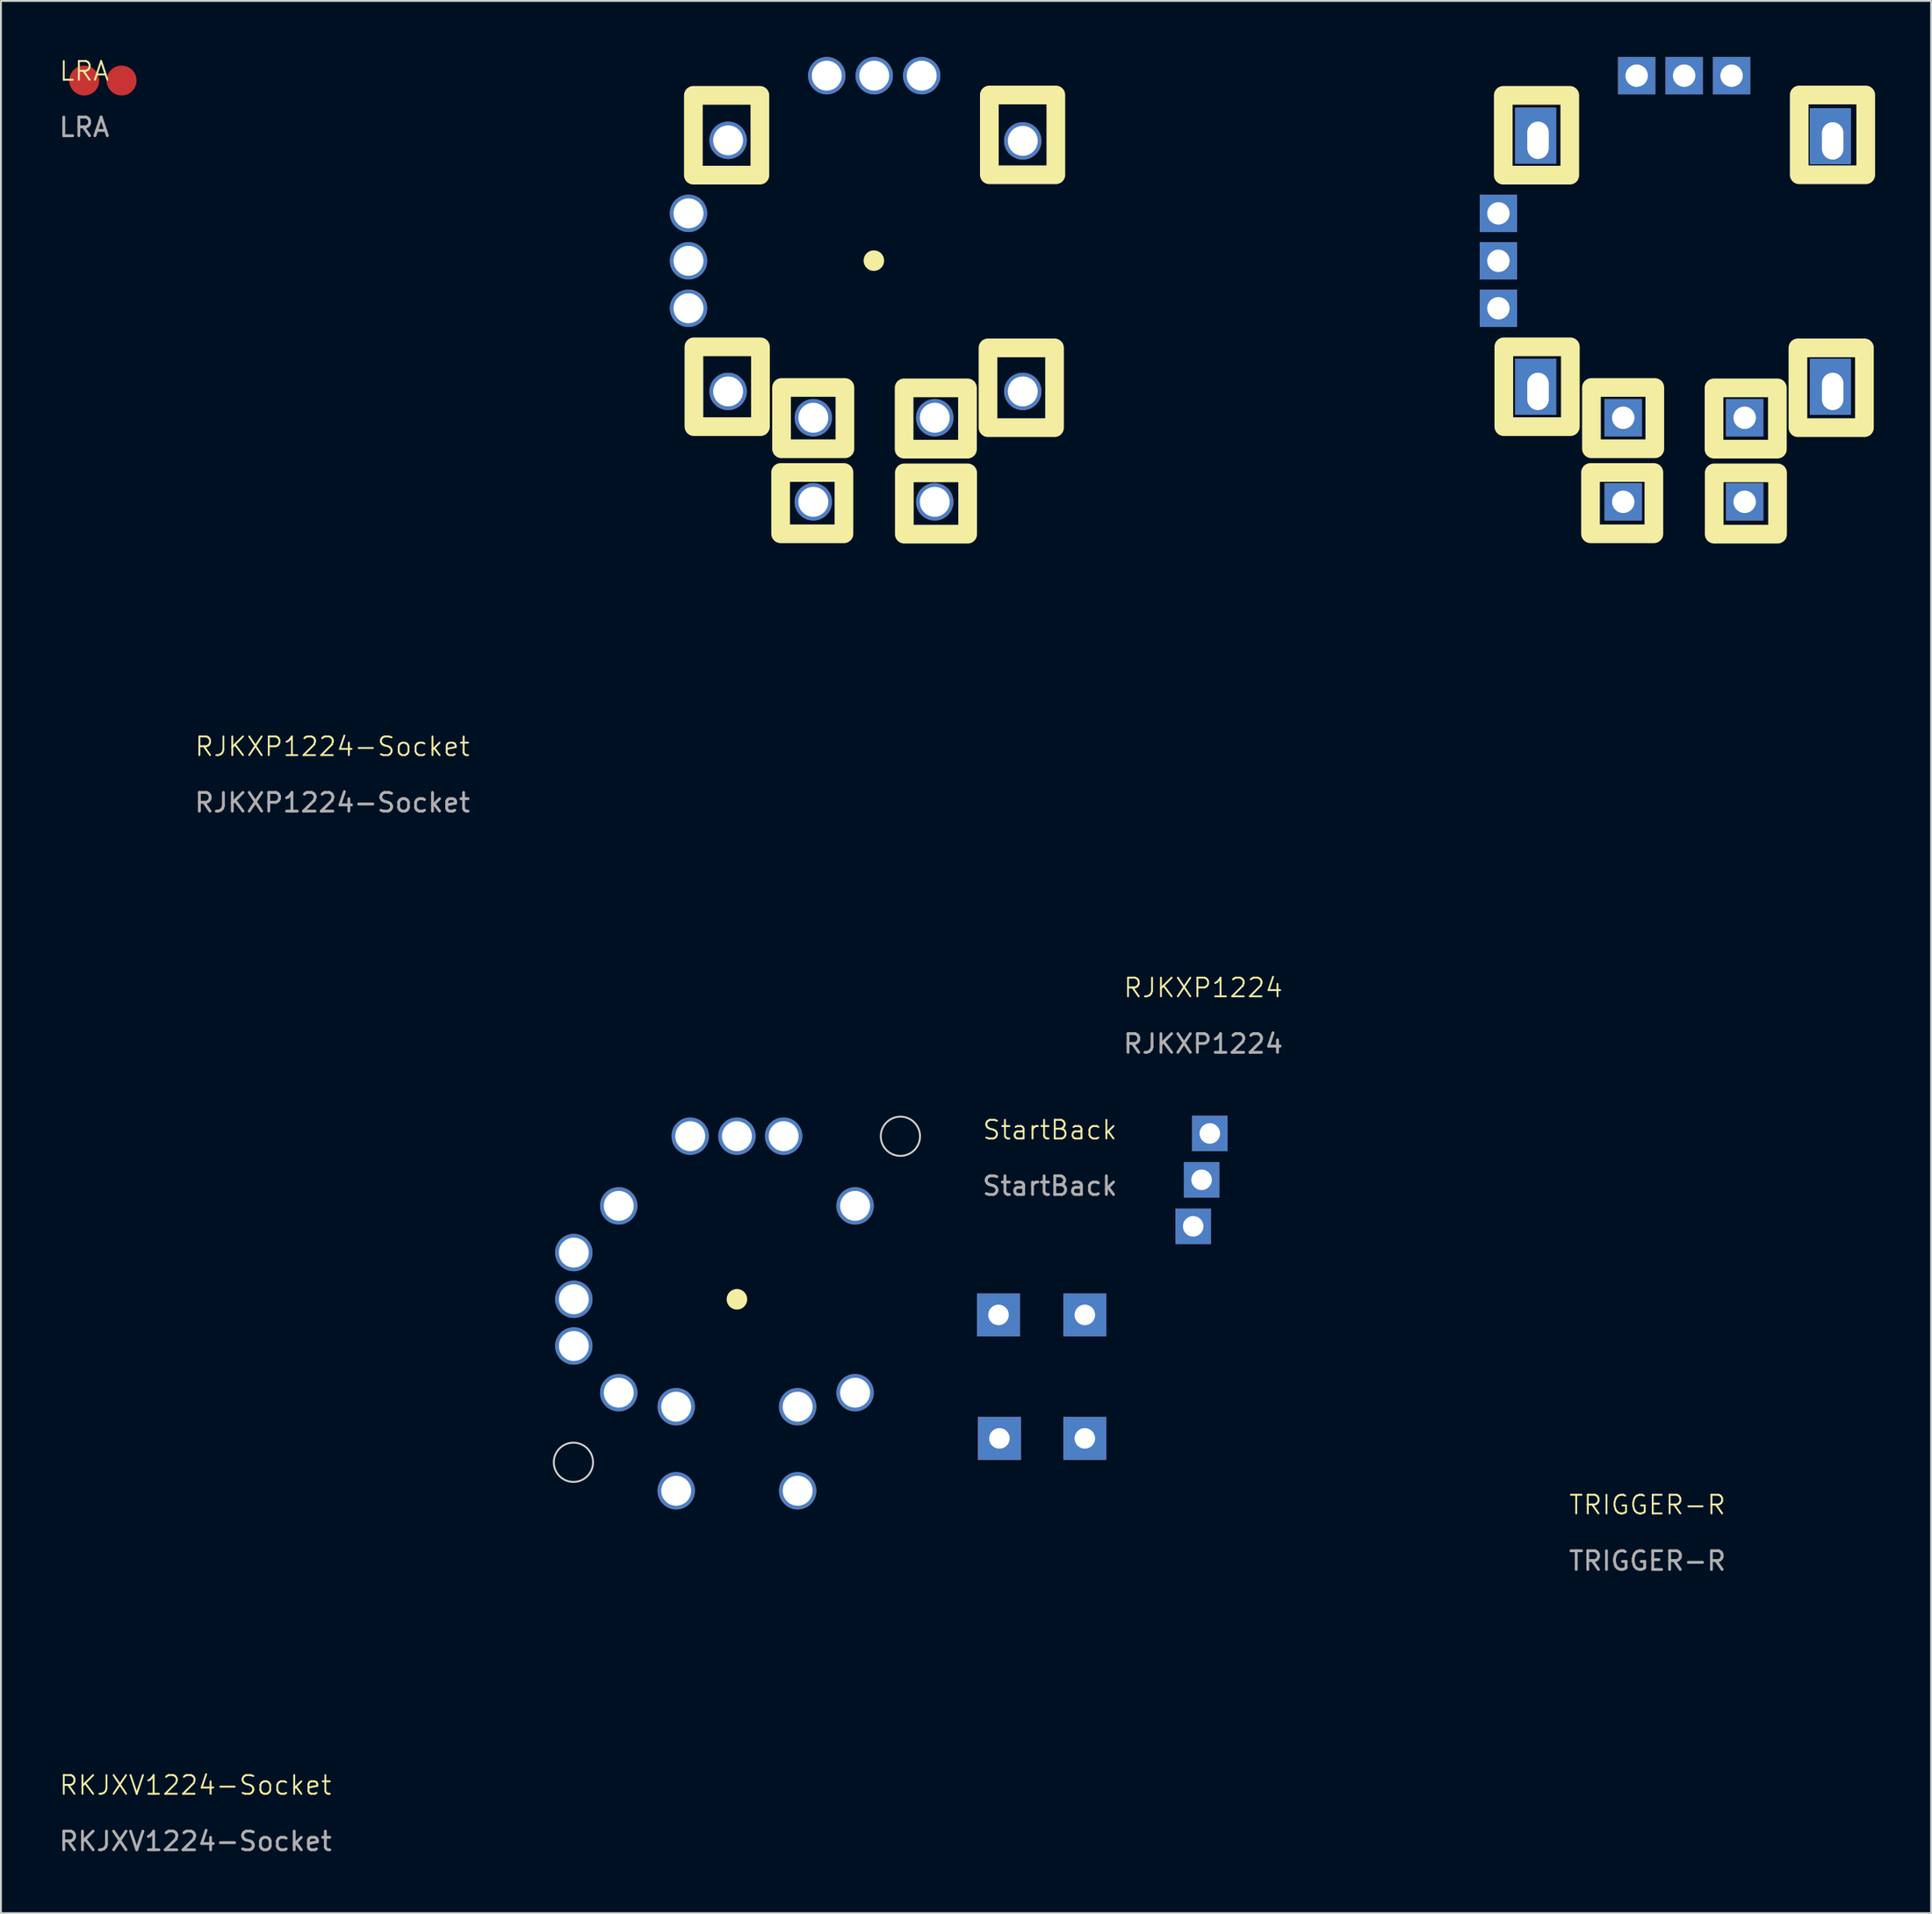
<source format=kicad_pcb>
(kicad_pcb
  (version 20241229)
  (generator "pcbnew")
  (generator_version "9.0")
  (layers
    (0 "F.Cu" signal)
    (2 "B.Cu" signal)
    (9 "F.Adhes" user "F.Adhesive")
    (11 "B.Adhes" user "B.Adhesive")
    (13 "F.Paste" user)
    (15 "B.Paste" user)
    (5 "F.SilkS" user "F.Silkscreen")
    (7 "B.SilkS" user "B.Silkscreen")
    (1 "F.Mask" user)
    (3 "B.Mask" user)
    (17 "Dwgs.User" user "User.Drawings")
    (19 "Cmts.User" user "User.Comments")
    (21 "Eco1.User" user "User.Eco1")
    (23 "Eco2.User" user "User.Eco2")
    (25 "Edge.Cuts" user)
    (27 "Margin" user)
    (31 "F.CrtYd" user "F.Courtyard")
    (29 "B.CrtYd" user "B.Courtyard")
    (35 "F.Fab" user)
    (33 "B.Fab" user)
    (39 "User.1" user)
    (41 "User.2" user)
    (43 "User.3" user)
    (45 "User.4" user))
  (footprint "StartBack"
    (layer "F.Cu")
    (at 50.391 67.329)
    (property "Reference" "StartBack" (at 2.75 -9.9 0) (unlocked yes) (layer "F.SilkS") (effects (font (size 1 1) (thickness 0.1))))
    (attr through_hole)
    (fp_text user "${REFERENCE}" (at 2.75 -6.9 0) (unlocked yes) (layer "F.Fab") (effects (font (size 1 1) (thickness 0.15))))
    (pad "1" thru_hole rect (at 0 0) (size 2.3 2.3) (drill 1.1) (layers "*.Cu" "*.Mask"))
    (pad "1" thru_hole rect (at 0.05 6.61) (size 2.3 2.3) (drill 1.1) (layers "*.Cu" "*.Mask"))
    (pad "2" thru_hole rect (at 4.62 0) (size 2.3 2.3) (drill 1.1) (layers "*.Cu" "*.Mask"))
    (pad "2" thru_hole rect (at 4.62 6.61) (size 2.3 2.3) (drill 1.1) (layers "*.Cu" "*.Mask")))
  (footprint "RKJXV1224-Socket"
    (layer "F.Cu")
    (at 36.391 66.493)
    (property "Reference" "RKJXV1224-Socket" (at -28.98 26.01 0) (unlocked yes) (layer "F.SilkS") (effects (font (size 1 1) (thickness 0.1))))
    (attr through_hole)
    (fp_circle (center 0 0) (end 0.5 0) (stroke (width 0.1) (type solid)) (fill yes) (layer "F.SilkS"))
    (fp_circle (center -8.75 8.725) (end -7.7 8.725) (stroke (width 0.1) (type default)) (fill no) (layer "Edge.Cuts"))
    (fp_circle (center 8.75 -8.725) (end 9.8 -8.725) (stroke (width 0.1) (type default)) (fill no) (layer "Edge.Cuts"))
    (fp_text user "${REFERENCE}" (at -28.98 29.01 0) (unlocked yes) (layer "F.Fab") (effects (font (size 1 1) (thickness 0.15))))
    (pad "1" thru_hole circle (at -3.25 5.75) (size 2 2) (drill 1.6) (layers "*.Cu" "*.Mask"))
    (pad "1" thru_hole circle (at 3.25 5.75) (size 2 2) (drill 1.6) (layers "*.Cu" "*.Mask"))
    (pad "2" thru_hole circle (at -3.25 10.25) (size 2 2) (drill 1.6) (layers "*.Cu" "*.Mask"))
    (pad "2" thru_hole circle (at 3.25 10.25) (size 2 2) (drill 1.6) (layers "*.Cu" "*.Mask"))
    (pad "3" thru_hole circle (at -8.73 2.5) (size 2 2) (drill 1.6) (layers "*.Cu" "*.Mask"))
    (pad "4" thru_hole circle (at -8.73 0) (size 2 2) (drill 1.6) (layers "*.Cu" "*.Mask"))
    (pad "5" thru_hole circle (at -8.73 -2.5) (size 2 2) (drill 1.6) (layers "*.Cu" "*.Mask"))
    (pad "6" thru_hole circle (at -6.325 -5 90) (size 2 2) (drill 1.6) (layers "*.Cu" "*.Mask"))
    (pad "6" thru_hole circle (at -6.325 5 90) (size 2 2) (drill 1.6) (layers "*.Cu" "*.Mask"))
    (pad "6" thru_hole circle (at -2.5 -8.73 90) (size 2 2) (drill 1.6) (layers "*.Cu" "*.Mask"))
    (pad "6" thru_hole circle (at 6.325 -5 90) (size 2 2) (drill 1.6) (layers "*.Cu" "*.Mask"))
    (pad "6" thru_hole circle (at 6.325 5 90) (size 2 2) (drill 1.6) (layers "*.Cu" "*.Mask"))
    (pad "7" thru_hole circle (at 0 -8.73 90) (size 2 2) (drill 1.6) (layers "*.Cu" "*.Mask"))
    (pad "8" thru_hole circle (at 2.5 -8.73 90) (size 2 2) (drill 1.6) (layers "*.Cu" "*.Mask")))
  (footprint "TRIGGER-R"
    (layer "F.Cu")
    (at 61.701 57.618)
    (property "Reference" "TRIGGER-R" (at 23.42 19.88 0) (unlocked yes) (layer "F.SilkS") (effects (font (size 1 1) (thickness 0.1))))
    (attr through_hole)
    (fp_text user "${REFERENCE}" (at 23.42 22.88 0) (unlocked yes) (layer "F.Fab") (effects (font (size 1 1) (thickness 0.15))))
    (pad "1" thru_hole rect (at 0 0) (size 1.9 1.9) (drill 1.1) (layers "*.Cu" "*.Mask"))
    (pad "2" thru_hole rect (at -0.44 2.48) (size 1.9 1.9) (drill 1.1) (layers "*.Cu" "*.Mask"))
    (pad "3" thru_hole rect (at -0.89 4.97) (size 1.9 1.9) (drill 1.1) (layers "*.Cu" "*.Mask")))
  (footprint "RJKXP1224"
    (layer "F.Cu")
    (at 90.327 23.81)
    (property "Reference" "RJKXP1224" (at -28.98 26.01 0) (unlocked yes) (layer "F.SilkS") (effects (font (size 1 1) (thickness 0.1))))
    (attr through_hole)
    (fp_rect (start -12.92 -21.755) (end -9.36 -17.485) (stroke (width 1) (type default)) (fill no) (layer "F.SilkS"))
    (fp_rect (start -12.89 -8.295) (end -9.33 -4.025) (stroke (width 1) (type default)) (fill no) (layer "F.SilkS"))
    (fp_rect (start -8.25 -1.57) (end -4.86 1.71) (stroke (width 1) (type default)) (fill no) (layer "F.SilkS"))
    (fp_rect (start -8.2 -6.12) (end -4.81 -2.84) (stroke (width 1) (type default)) (fill no) (layer "F.SilkS"))
    (fp_rect (start -1.64 -6.1) (end 1.75 -2.82) (stroke (width 1) (type default)) (fill no) (layer "F.SilkS"))
    (fp_rect (start -1.63 -1.55) (end 1.76 1.73) (stroke (width 1) (type default)) (fill no) (layer "F.SilkS"))
    (fp_rect (start 2.85 -8.24) (end 6.41 -3.97) (stroke (width 1) (type default)) (fill no) (layer "F.SilkS"))
    (fp_rect (start 2.92 -21.775) (end 6.48 -17.505) (stroke (width 1) (type default)) (fill no) (layer "F.SilkS"))
    (fp_text user "${REFERENCE}" (at -28.98 29.01 0) (unlocked yes) (layer "F.Fab") (effects (font (size 1 1) (thickness 0.15))))
    (pad "1" thru_hole rect (at 0 -4.5) (size 2 2) (drill 1.2) (layers "*.Cu" "*.Mask"))
    (pad "1" thru_hole rect (at 0 0) (size 2 2) (drill 1.2) (layers "*.Cu" "*.Mask"))
    (pad "2" thru_hole rect (at -6.5 -4.5) (size 2 2) (drill 1.2) (layers "*.Cu" "*.Mask"))
    (pad "2" thru_hole rect (at -6.5 0) (size 2 2) (drill 1.2) (layers "*.Cu" "*.Mask"))
    (pad "3" thru_hole rect (at -13.18 -10.36) (size 2 2) (drill 1.2) (layers "*.Cu" "*.Mask"))
    (pad "4" thru_hole rect (at -13.18 -12.9) (size 2 2) (drill 1.2) (layers "*.Cu" "*.Mask"))
    (pad "5" thru_hole rect (at -13.18 -15.44) (size 2 2) (drill 1.2) (layers "*.Cu" "*.Mask"))
    (pad "6" thru_hole rect (at -5.78 -22.81 90) (size 2 2) (drill 1.2) (layers "*.Cu" "*.Mask"))
    (pad "7" thru_hole rect (at -3.24 -22.81 90) (size 2 2) (drill 1.2) (layers "*.Cu" "*.Mask"))
    (pad "8" thru_hole rect (at -0.7 -22.81 90) (size 2 2) (drill 1.2) (layers "*.Cu" "*.Mask"))
    (pad "9" thru_hole rect (at -11.06 -19.35 180) (size 2.2 3) (drill oval 1.15 2 (offset 0.125 0.25)) (layers "*.Cu" "*.Mask"))
    (pad "9" thru_hole rect (at -11.06 -5.91 180) (size 2.2 3) (drill oval 1.15 2 (offset 0.125 0.25)) (layers "*.Cu" "*.Mask"))
    (pad "9" thru_hole rect (at 4.71 -19.32 180) (size 2.2 3) (drill oval 1.15 2 (offset 0.125 0.25)) (layers "*.Cu" "*.Mask"))
    (pad "9" thru_hole rect (at 4.71 -5.91 180) (size 2.2 3) (drill oval 1.15 2 (offset 0.125 0.25)) (layers "*.Cu" "*.Mask")))
  (footprint "RJKXP1224-Socket"
    (layer "F.Cu")
    (at 43.72 10.9)
    (property "Reference" "RJKXP1224-Socket" (at -28.98 26.01 0) (unlocked yes) (layer "F.SilkS") (effects (font (size 1 1) (thickness 0.1))))
    (attr through_hole)
    (fp_rect (start -9.66 -8.845) (end -6.1 -4.575) (stroke (width 1) (type default)) (fill no) (layer "F.SilkS"))
    (fp_rect (start -9.63 4.615) (end -6.07 8.885) (stroke (width 1) (type default)) (fill no) (layer "F.SilkS"))
    (fp_rect (start -4.99 11.34) (end -1.6 14.62) (stroke (width 1) (type default)) (fill no) (layer "F.SilkS"))
    (fp_rect (start -4.94 6.79) (end -1.55 10.07) (stroke (width 1) (type default)) (fill no) (layer "F.SilkS"))
    (fp_rect (start 1.62 6.81) (end 5.01 10.09) (stroke (width 1) (type default)) (fill no) (layer "F.SilkS"))
    (fp_rect (start 1.63 11.36) (end 5.02 14.64) (stroke (width 1) (type default)) (fill no) (layer "F.SilkS"))
    (fp_rect (start 6.11 4.67) (end 9.67 8.94) (stroke (width 1) (type default)) (fill no) (layer "F.SilkS"))
    (fp_rect (start 6.18 -8.865) (end 9.74 -4.595) (stroke (width 1) (type default)) (fill no) (layer "F.SilkS"))
    (fp_circle (center 0 0) (end 0.5 0) (stroke (width 0.1) (type solid)) (fill yes) (layer "F.SilkS"))
    (fp_text user "${REFERENCE}" (at -28.98 29.01 0) (unlocked yes) (layer "F.Fab") (effects (font (size 1 1) (thickness 0.15))))
    (pad "1" thru_hole circle (at 3.26 8.41) (size 2 2) (drill 1.6) (layers "*.Cu" "*.Mask"))
    (pad "1" thru_hole circle (at 3.26 12.91) (size 2 2) (drill 1.6) (layers "*.Cu" "*.Mask"))
    (pad "2" thru_hole circle (at -3.24 8.41) (size 2 2) (drill 1.6) (layers "*.Cu" "*.Mask"))
    (pad "2" thru_hole circle (at -3.24 12.91) (size 2 2) (drill 1.6) (layers "*.Cu" "*.Mask"))
    (pad "3" thru_hole circle (at -9.92 2.55) (size 2 2) (drill 1.6) (layers "*.Cu" "*.Mask"))
    (pad "4" thru_hole circle (at -9.92 0.01) (size 2 2) (drill 1.6) (layers "*.Cu" "*.Mask"))
    (pad "5" thru_hole circle (at -9.92 -2.53) (size 2 2) (drill 1.6) (layers "*.Cu" "*.Mask"))
    (pad "6" thru_hole circle (at -7.8 -6.44 90) (size 2 2) (drill 1.6) (layers "*.Cu" "*.Mask"))
    (pad "6" thru_hole circle (at -7.8 7 90) (size 2 2) (drill 1.6) (layers "*.Cu" "*.Mask"))
    (pad "6" thru_hole circle (at -2.52 -9.9 90) (size 2 2) (drill 1.6) (layers "*.Cu" "*.Mask"))
    (pad "6" thru_hole circle (at 7.97 -6.41 90) (size 2 2) (drill 1.6) (layers "*.Cu" "*.Mask"))
    (pad "6" thru_hole circle (at 7.97 7 90) (size 2 2) (drill 1.6) (layers "*.Cu" "*.Mask"))
    (pad "7" thru_hole circle (at 0.02 -9.9 90) (size 2 2) (drill 1.6) (layers "*.Cu" "*.Mask"))
    (pad "8" thru_hole circle (at 2.56 -9.9 90) (size 2 2) (drill 1.6) (layers "*.Cu" "*.Mask")))
  (footprint "LRA"
    (layer "F.Cu")
    (at 1.458 1.26)
    (property "Reference" "LRA" (at 0 -0.5 0) (unlocked yes) (layer "F.SilkS") (effects (font (size 1 1) (thickness 0.1))))
    (attr smd)
    (fp_text user "${REFERENCE}" (at 0 2.5 0) (unlocked yes) (layer "F.Fab") (effects (font (size 1 1) (thickness 0.15))))
    (pad "1" smd circle (at 0 0) (size 1.6 1.6) (layers "F.Cu" "F.Mask" "F.Paste"))
    (pad "2" smd circle (at 2 0) (size 1.6 1.6) (layers "F.Cu" "F.Mask" "F.Paste")))
  (gr_rect
    (start -3 -3)
    (end 100.307 99.352)
    (stroke (width 0.1) (type default))
    (fill no)
    (layer "Edge.Cuts")))
</source>
